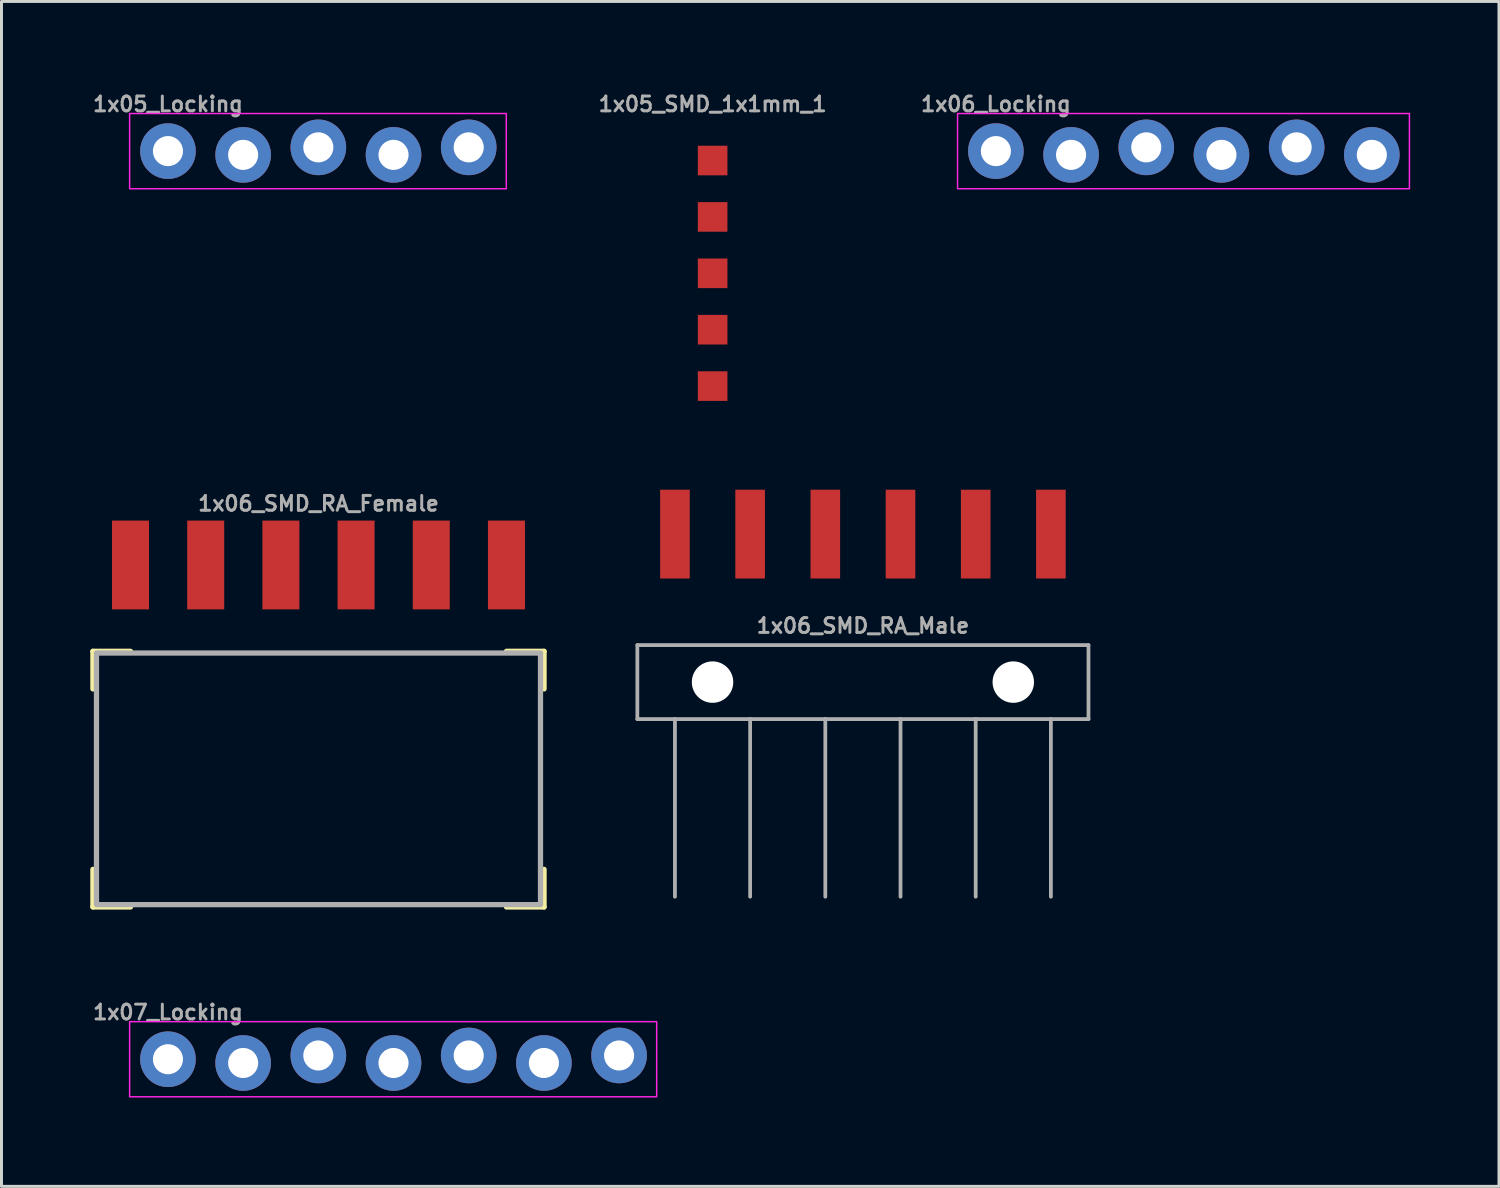
<source format=kicad_pcb>
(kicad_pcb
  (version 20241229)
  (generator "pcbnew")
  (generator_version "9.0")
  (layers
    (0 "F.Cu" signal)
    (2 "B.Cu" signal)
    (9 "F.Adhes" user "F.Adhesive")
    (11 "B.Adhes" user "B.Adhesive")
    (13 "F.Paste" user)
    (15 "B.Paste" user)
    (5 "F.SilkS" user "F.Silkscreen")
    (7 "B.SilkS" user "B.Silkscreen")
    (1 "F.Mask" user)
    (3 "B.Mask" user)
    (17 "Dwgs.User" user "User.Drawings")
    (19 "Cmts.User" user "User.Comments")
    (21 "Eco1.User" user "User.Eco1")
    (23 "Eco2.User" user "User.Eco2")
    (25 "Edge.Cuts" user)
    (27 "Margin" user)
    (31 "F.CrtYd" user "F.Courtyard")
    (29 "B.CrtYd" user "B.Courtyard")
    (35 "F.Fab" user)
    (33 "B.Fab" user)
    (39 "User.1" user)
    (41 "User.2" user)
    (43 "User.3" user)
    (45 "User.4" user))
  (footprint "1x06_SMD_RA_Female"
    (layer "F.Cu")
    (at 7.709 19.461)
    (property "Reference" "1x06_SMD_RA_Female" (at 0 -5.5 0) (unlocked yes) (layer "F.Fab") (effects (font (size 0.5 0.5) (thickness 0.1))))
    (fp_line (start -7.62 -0.508) (end -6.35 -0.508) (stroke (width 0.178) (type default)) (layer "F.SilkS"))
    (fp_line (start -7.62 0.762) (end -7.62 -0.508) (stroke (width 0.178) (type default)) (layer "F.SilkS"))
    (fp_line (start -7.62 8.128) (end -7.62 6.858) (stroke (width 0.178) (type default)) (layer "F.SilkS"))
    (fp_line (start -6.35 8.128) (end -7.62 8.128) (stroke (width 0.178) (type default)) (layer "F.SilkS"))
    (fp_line (start 6.35 -0.508) (end 7.62 -0.508) (stroke (width 0.178) (type default)) (layer "F.SilkS"))
    (fp_line (start 7.62 -0.508) (end 7.62 0.762) (stroke (width 0.178) (type default)) (layer "F.SilkS"))
    (fp_line (start 7.62 6.858) (end 7.62 8.128) (stroke (width 0.178) (type default)) (layer "F.SilkS"))
    (fp_line (start 7.62 8.128) (end 6.35 8.128) (stroke (width 0.178) (type default)) (layer "F.SilkS"))
    (fp_rect (start -7.5 -0.45) (end 7.5 8.05) (stroke (width 0.178) (type default)) (fill no) (layer "F.Fab"))
    (pad "1" smd rect (at 6.35 -3.425 180) (size 1.25 3) (layers "F.Cu" "F.Mask" "F.Paste"))
    (pad "2" smd rect (at 3.81 -3.425 180) (size 1.25 3) (layers "F.Cu" "F.Mask" "F.Paste"))
    (pad "3" smd rect (at 1.27 -3.425 180) (size 1.25 3) (layers "F.Cu" "F.Mask" "F.Paste"))
    (pad "4" smd rect (at -1.27 -3.425 180) (size 1.25 3) (layers "F.Cu" "F.Mask" "F.Paste"))
    (pad "5" smd rect (at -3.81 -3.425 180) (size 1.25 3) (layers "F.Cu" "F.Mask" "F.Paste"))
    (pad "6" smd rect (at -6.35 -3.425 180) (size 1.25 3) (layers "F.Cu" "F.Mask" "F.Paste")))
  (footprint "1x06_SMD_RA_Male"
    (layer "F.Cu")
    (at 26.101 19.993)
    (property "Reference" "1x06_SMD_RA_Male" (at 0 -1.905 0) (layer "F.Fab") (effects (font (size 0.5 0.5) (thickness 0.1))))
    (attr smd)
    (fp_line (start -7.62 -1.25) (end -7.62 1.25) (stroke (width 0.127) (type solid)) (layer "F.Fab"))
    (fp_line (start -7.62 1.25) (end -6.35 1.25) (stroke (width 0.127) (type solid)) (layer "F.Fab"))
    (fp_line (start -6.35 1.25) (end -6.35 7.25) (stroke (width 0.127) (type solid)) (layer "F.Fab"))
    (fp_line (start -6.35 1.25) (end -3.81 1.25) (stroke (width 0.127) (type solid)) (layer "F.Fab"))
    (fp_line (start -3.81 1.25) (end -3.81 7.25) (stroke (width 0.127) (type solid)) (layer "F.Fab"))
    (fp_line (start -3.81 1.25) (end -1.27 1.25) (stroke (width 0.127) (type solid)) (layer "F.Fab"))
    (fp_line (start -1.27 1.25) (end -1.27 7.25) (stroke (width 0.127) (type solid)) (layer "F.Fab"))
    (fp_line (start -1.27 1.25) (end 1.27 1.25) (stroke (width 0.127) (type solid)) (layer "F.Fab"))
    (fp_line (start 1.27 1.25) (end 1.27 7.25) (stroke (width 0.127) (type solid)) (layer "F.Fab"))
    (fp_line (start 1.27 1.25) (end 3.81 1.25) (stroke (width 0.127) (type solid)) (layer "F.Fab"))
    (fp_line (start 3.81 1.25) (end 3.81 7.25) (stroke (width 0.127) (type solid)) (layer "F.Fab"))
    (fp_line (start 3.81 1.25) (end 6.35 1.25) (stroke (width 0.127) (type solid)) (layer "F.Fab"))
    (fp_line (start 6.35 1.25) (end 6.35 7.25) (stroke (width 0.127) (type solid)) (layer "F.Fab"))
    (fp_line (start 6.35 1.25) (end 7.62 1.25) (stroke (width 0.127) (type solid)) (layer "F.Fab"))
    (fp_line (start 7.62 -1.25) (end -7.62 -1.25) (stroke (width 0.127) (type solid)) (layer "F.Fab"))
    (fp_line (start 7.62 1.25) (end 7.62 -1.25) (stroke (width 0.127) (type solid)) (layer "F.Fab"))
    (pad "" np_thru_hole circle (at -5.08 0) (size 1.4 1.4) (drill 1.4) (layers "*.Cu" "*.Mask"))
    (pad "" np_thru_hole circle (at 5.08 0) (size 1.4 1.4) (drill 1.4) (layers "*.Cu" "*.Mask"))
    (pad "1" smd rect (at -6.35 -5 90) (size 3 1) (layers "F.Cu" "F.Mask" "F.Paste"))
    (pad "2" smd rect (at -3.81 -5 90) (size 3 1) (layers "F.Cu" "F.Mask" "F.Paste"))
    (pad "3" smd rect (at -1.27 -5 90) (size 3 1) (layers "F.Cu" "F.Mask" "F.Paste"))
    (pad "4" smd rect (at 1.27 -5 90) (size 3 1) (layers "F.Cu" "F.Mask" "F.Paste"))
    (pad "5" smd rect (at 3.81 -5 90) (size 3 1) (layers "F.Cu" "F.Mask" "F.Paste"))
    (pad "6" smd rect (at 6.35 -5 90) (size 3 1) (layers "F.Cu" "F.Mask" "F.Paste")))
  (footprint "1x05_Locking"
    (layer "F.Cu")
    (at 2.624 2.055)
    (property "Reference" "1x05_Locking" (at 0 -1.587 0) (layer "F.Fab") (effects (font (size 0.5 0.5) (thickness 0.1))))
    (fp_rect (start -1.295 -1.27) (end 11.43 1.27) (stroke (width 0.05) (type default)) (fill no) (layer "F.CrtYd"))
    (fp_poly (pts (xy -0.254 0.254) (xy 0.254 0.254) (xy 0.254 -0.254) (xy -0.254 -0.254)) (stroke (width 0.1) (type default)) (fill no) (layer "F.Fab"))
    (fp_poly (pts (xy 2.286 0.254) (xy 2.794 0.254) (xy 2.794 -0.254) (xy 2.286 -0.254)) (stroke (width 0.1) (type default)) (fill no) (layer "F.Fab"))
    (fp_poly (pts (xy 4.826 0.254) (xy 5.334 0.254) (xy 5.334 -0.254) (xy 4.826 -0.254)) (stroke (width 0.1) (type default)) (fill no) (layer "F.Fab"))
    (fp_poly (pts (xy 7.366 0.254) (xy 7.874 0.254) (xy 7.874 -0.254) (xy 7.366 -0.254)) (stroke (width 0.1) (type default)) (fill no) (layer "F.Fab"))
    (fp_poly (pts (xy 9.906 0.254) (xy 10.414 0.254) (xy 10.414 -0.254) (xy 9.906 -0.254)) (stroke (width 0.1) (type default)) (fill no) (layer "F.Fab"))
    (pad "1" thru_hole circle (at 0 0 90) (size 1.88 1.88) (drill 1.016) (layers "*.Cu" "*.Mask") (remove_unused_layers yes) (keep_end_layers yes) (zone_layer_connections))
    (pad "2" thru_hole circle (at 2.54 0.127 90) (size 1.88 1.88) (drill 1.016) (layers "*.Cu" "*.Mask") (remove_unused_layers yes) (keep_end_layers yes) (zone_layer_connections))
    (pad "3" thru_hole circle (at 5.08 -0.127 90) (size 1.88 1.88) (drill 1.016) (layers "*.Cu" "*.Mask") (remove_unused_layers yes) (keep_end_layers yes) (zone_layer_connections))
    (pad "4" thru_hole circle (at 7.62 0.127 90) (size 1.88 1.88) (drill 1.016) (layers "*.Cu" "*.Mask") (remove_unused_layers yes) (keep_end_layers yes) (zone_layer_connections))
    (pad "5" thru_hole circle (at 10.16 -0.127 90) (size 1.88 1.88) (drill 1.016) (layers "*.Cu" "*.Mask") (remove_unused_layers yes) (keep_end_layers yes) (zone_layer_connections)))
  (footprint "1x05_SMD_1x1mm_1"
    (layer "F.Cu")
    (at 21.024 9.993)
    (property "Reference" "1x05_SMD_1x1mm_1" (at 0 -9.525 0) (layer "F.Fab") (effects (font (size 0.5 0.5) (thickness 0.1))))
    (pad "1" smd rect (at 0 0 90) (size 1 1) (layers "F.Cu" "F.Mask" "F.Paste"))
    (pad "2" smd rect (at 0 -1.905 90) (size 1 1) (layers "F.Cu" "F.Mask" "F.Paste"))
    (pad "3" smd rect (at 0 -3.81 90) (size 1 1) (layers "F.Cu" "F.Mask" "F.Paste"))
    (pad "4" smd rect (at 0 -5.715 90) (size 1 1) (layers "F.Cu" "F.Mask" "F.Paste"))
    (pad "5" smd rect (at 0 -7.62 90) (size 1 1) (layers "F.Cu" "F.Mask" "F.Paste")))
  (footprint "1x06_Locking"
    (layer "F.Cu")
    (at 30.593 2.055)
    (property "Reference" "1x06_Locking" (at 0 -1.587 0) (layer "F.Fab") (effects (font (size 0.5 0.5) (thickness 0.1))))
    (fp_rect (start -1.295 -1.27) (end 13.97 1.27) (stroke (width 0.05) (type default)) (fill no) (layer "F.CrtYd"))
    (fp_poly (pts (xy -0.254 0.254) (xy 0.254 0.254) (xy 0.254 -0.254) (xy -0.254 -0.254)) (stroke (width 0.1) (type default)) (fill no) (layer "F.Fab"))
    (fp_poly (pts (xy 2.286 0.254) (xy 2.794 0.254) (xy 2.794 -0.254) (xy 2.286 -0.254)) (stroke (width 0.1) (type default)) (fill no) (layer "F.Fab"))
    (fp_poly (pts (xy 4.826 0.254) (xy 5.334 0.254) (xy 5.334 -0.254) (xy 4.826 -0.254)) (stroke (width 0.1) (type default)) (fill no) (layer "F.Fab"))
    (fp_poly (pts (xy 7.366 0.254) (xy 7.874 0.254) (xy 7.874 -0.254) (xy 7.366 -0.254)) (stroke (width 0.1) (type default)) (fill no) (layer "F.Fab"))
    (fp_poly (pts (xy 9.906 0.254) (xy 10.414 0.254) (xy 10.414 -0.254) (xy 9.906 -0.254)) (stroke (width 0.1) (type default)) (fill no) (layer "F.Fab"))
    (fp_poly (pts (xy 12.446 0.254) (xy 12.954 0.254) (xy 12.954 -0.254) (xy 12.446 -0.254)) (stroke (width 0.1) (type default)) (fill no) (layer "F.Fab"))
    (pad "1" thru_hole circle (at 0 0 90) (size 1.88 1.88) (drill 1.016) (layers "*.Cu" "*.Mask") (remove_unused_layers yes) (keep_end_layers yes) (zone_layer_connections))
    (pad "2" thru_hole circle (at 2.54 0.127 90) (size 1.88 1.88) (drill 1.016) (layers "*.Cu" "*.Mask") (remove_unused_layers yes) (keep_end_layers yes) (zone_layer_connections))
    (pad "3" thru_hole circle (at 5.08 -0.127 90) (size 1.88 1.88) (drill 1.016) (layers "*.Cu" "*.Mask") (remove_unused_layers yes) (keep_end_layers yes) (zone_layer_connections))
    (pad "4" thru_hole circle (at 7.62 0.127 90) (size 1.88 1.88) (drill 1.016) (layers "*.Cu" "*.Mask") (remove_unused_layers yes) (keep_end_layers yes) (zone_layer_connections))
    (pad "5" thru_hole circle (at 10.16 -0.127 90) (size 1.88 1.88) (drill 1.016) (layers "*.Cu" "*.Mask") (remove_unused_layers yes) (keep_end_layers yes) (zone_layer_connections))
    (pad "6" thru_hole circle (at 12.7 0.127 90) (size 1.88 1.88) (drill 1.016) (layers "*.Cu" "*.Mask") (remove_unused_layers yes) (keep_end_layers yes) (zone_layer_connections)))
  (footprint "1x07_Locking"
    (layer "F.Cu")
    (at 2.624 32.733)
    (property "Reference" "1x07_Locking" (at 0 -1.587 0) (layer "F.Fab") (effects (font (size 0.5 0.5) (thickness 0.1))))
    (fp_rect (start -1.295 -1.27) (end 16.51 1.27) (stroke (width 0.05) (type default)) (fill no) (layer "F.CrtYd"))
    (fp_poly (pts (xy -0.254 0.254) (xy 0.254 0.254) (xy 0.254 -0.254) (xy -0.254 -0.254)) (stroke (width 0.1) (type default)) (fill no) (layer "F.Fab"))
    (fp_poly (pts (xy 2.286 0.254) (xy 2.794 0.254) (xy 2.794 -0.254) (xy 2.286 -0.254)) (stroke (width 0.1) (type default)) (fill no) (layer "F.Fab"))
    (fp_poly (pts (xy 4.826 0.254) (xy 5.334 0.254) (xy 5.334 -0.254) (xy 4.826 -0.254)) (stroke (width 0.1) (type default)) (fill no) (layer "F.Fab"))
    (fp_poly (pts (xy 7.366 0.254) (xy 7.874 0.254) (xy 7.874 -0.254) (xy 7.366 -0.254)) (stroke (width 0.1) (type default)) (fill no) (layer "F.Fab"))
    (fp_poly (pts (xy 9.906 0.254) (xy 10.414 0.254) (xy 10.414 -0.254) (xy 9.906 -0.254)) (stroke (width 0.1) (type default)) (fill no) (layer "F.Fab"))
    (fp_poly (pts (xy 12.446 0.254) (xy 12.954 0.254) (xy 12.954 -0.254) (xy 12.446 -0.254)) (stroke (width 0.1) (type default)) (fill no) (layer "F.Fab"))
    (fp_poly (pts (xy 14.986 0.254) (xy 15.494 0.254) (xy 15.494 -0.254) (xy 14.986 -0.254)) (stroke (width 0.1) (type default)) (fill no) (layer "F.Fab"))
    (pad "1" thru_hole circle (at 0 0 90) (size 1.88 1.88) (drill 1.016) (layers "*.Cu" "*.Mask") (remove_unused_layers yes) (keep_end_layers yes) (zone_layer_connections))
    (pad "2" thru_hole circle (at 2.54 0.127 90) (size 1.88 1.88) (drill 1.016) (layers "*.Cu" "*.Mask") (remove_unused_layers yes) (keep_end_layers yes) (zone_layer_connections))
    (pad "3" thru_hole circle (at 5.08 -0.127 90) (size 1.88 1.88) (drill 1.016) (layers "*.Cu" "*.Mask") (remove_unused_layers yes) (keep_end_layers yes) (zone_layer_connections))
    (pad "4" thru_hole circle (at 7.62 0.127 90) (size 1.88 1.88) (drill 1.016) (layers "*.Cu" "*.Mask") (remove_unused_layers yes) (keep_end_layers yes) (zone_layer_connections))
    (pad "5" thru_hole circle (at 10.16 -0.127 90) (size 1.88 1.88) (drill 1.016) (layers "*.Cu" "*.Mask") (remove_unused_layers yes) (keep_end_layers yes) (zone_layer_connections))
    (pad "6" thru_hole circle (at 12.7 0.127 90) (size 1.88 1.88) (drill 1.016) (layers "*.Cu" "*.Mask") (remove_unused_layers yes) (keep_end_layers yes) (zone_layer_connections))
    (pad "7" thru_hole circle (at 15.24 -0.127 90) (size 1.88 1.88) (drill 1.016) (layers "*.Cu" "*.Mask") (remove_unused_layers yes) (keep_end_layers yes) (zone_layer_connections)))
  (gr_rect
    (start -3 -3)
    (end 47.588 37.028)
    (stroke (width 0.1) (type default))
    (fill no)
    (layer "Edge.Cuts")))
</source>
